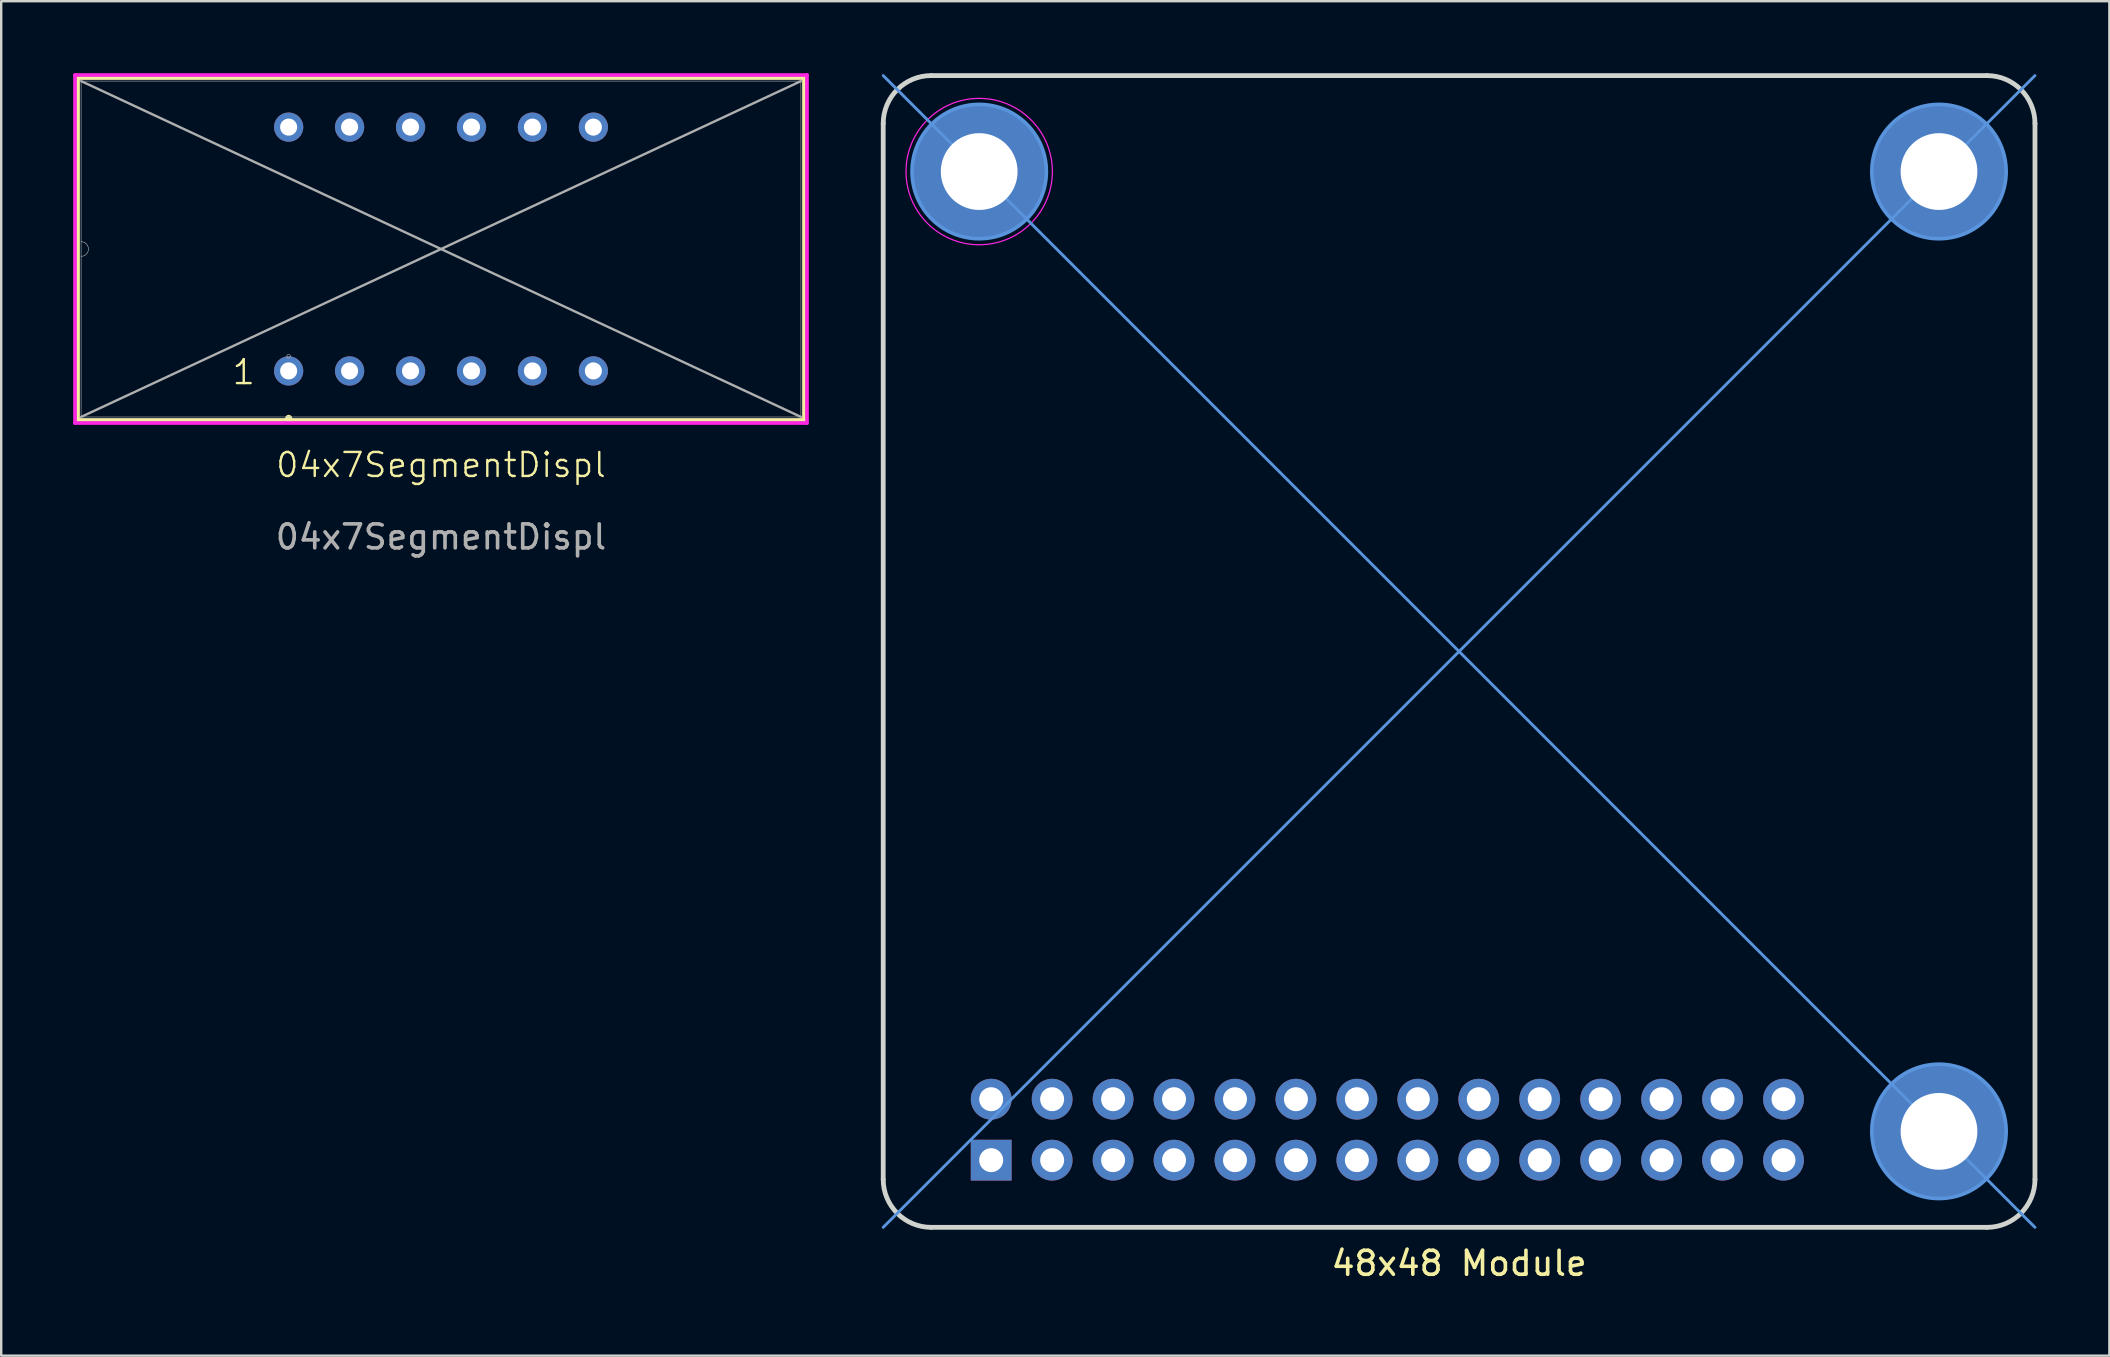
<source format=kicad_pcb>
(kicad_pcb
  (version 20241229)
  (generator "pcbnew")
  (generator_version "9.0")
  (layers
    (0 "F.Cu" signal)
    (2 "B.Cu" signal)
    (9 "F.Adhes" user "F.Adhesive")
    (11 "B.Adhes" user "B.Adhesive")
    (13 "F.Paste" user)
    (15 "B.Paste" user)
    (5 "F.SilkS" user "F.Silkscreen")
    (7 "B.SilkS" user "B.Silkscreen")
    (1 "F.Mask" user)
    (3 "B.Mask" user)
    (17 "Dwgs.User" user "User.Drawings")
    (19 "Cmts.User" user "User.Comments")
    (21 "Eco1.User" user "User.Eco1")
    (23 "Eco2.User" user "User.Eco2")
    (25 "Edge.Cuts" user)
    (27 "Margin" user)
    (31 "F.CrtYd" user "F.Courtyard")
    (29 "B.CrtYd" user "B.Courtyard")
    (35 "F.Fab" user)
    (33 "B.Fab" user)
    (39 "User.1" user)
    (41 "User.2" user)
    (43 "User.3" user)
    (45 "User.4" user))
  (footprint "04x7SegmentDispl"
    (layer "F.Cu")
    (at 15.329 7.328)
    (property "Reference" "04x7SegmentDispl" (at 0 9 0) (unlocked yes) (layer "F.SilkS") (effects (font (size 1 1) (thickness 0.1))))
    (attr through_hole)
    (fp_line (start -15.126 -7.125) (end -15.126 7.125) (stroke (width 0.152) (type solid)) (layer "F.SilkS"))
    (fp_line (start -15.126 7.125) (end 15.126 7.125) (stroke (width 0.152) (type solid)) (layer "F.SilkS"))
    (fp_line (start 15.126 -7.125) (end -15.126 -7.125) (stroke (width 0.152) (type solid)) (layer "F.SilkS"))
    (fp_line (start 15.126 7.125) (end 15.126 -7.125) (stroke (width 0.152) (type solid)) (layer "F.SilkS"))
    (fp_circle (center -6.35 7.061) (end -6.35 6.985) (stroke (width 0.152) (type solid)) (fill no) (layer "F.SilkS"))
    (fp_line (start -15.253 -7.252) (end 15.253 -7.252) (stroke (width 0.152) (type solid)) (layer "F.CrtYd"))
    (fp_line (start -15.253 7.252) (end -15.253 -7.252) (stroke (width 0.152) (type solid)) (layer "F.CrtYd"))
    (fp_line (start 15.253 -7.252) (end 15.253 7.252) (stroke (width 0.152) (type solid)) (layer "F.CrtYd"))
    (fp_line (start 15.253 7.252) (end -15.253 7.252) (stroke (width 0.152) (type solid)) (layer "F.CrtYd"))
    (fp_line (start -14.999 -6.998) (end -14.999 6.998) (stroke (width 0.025) (type solid)) (layer "F.Fab"))
    (fp_line (start -14.999 -6.998) (end 14.999 6.998) (stroke (width 0.1) (type default)) (layer "F.Fab"))
    (fp_line (start -14.999 6.998) (end 14.999 -6.998) (stroke (width 0.1) (type default)) (layer "F.Fab"))
    (fp_line (start -14.999 6.998) (end 14.999 6.998) (stroke (width 0.025) (type solid)) (layer "F.Fab"))
    (fp_line (start 14.999 -6.998) (end -14.999 -6.998) (stroke (width 0.025) (type solid)) (layer "F.Fab"))
    (fp_line (start 14.999 6.998) (end 14.999 -6.998) (stroke (width 0.025) (type solid)) (layer "F.Fab"))
    (fp_arc (start -14.9987 -0.3048) (mid -14.6939 0) (end -14.9987 0.3048) (stroke (width 0.0254) (type solid)) (layer "F.Fab"))
    (fp_circle (center -6.35 4.47) (end -6.35 4.394) (stroke (width 0.025) (type solid)) (fill no) (layer "F.Fab"))
    (fp_text user "1" (at -8.763 5.715 0) (unlocked yes) (layer "F.SilkS") (effects (font (size 1 1) (thickness 0.1)) (justify left bottom)))
    (fp_text user "${REFERENCE}" (at 0 12 0) (unlocked yes) (layer "F.Fab") (effects (font (size 1 1) (thickness 0.15))))
    (pad "1" thru_hole circle (at -6.35 5.08 90) (size 1.219 1.219) (drill 0.711) (layers "*.Cu" "*.Mask"))
    (pad "2" thru_hole circle (at -3.81 5.08 90) (size 1.219 1.219) (drill 0.711) (layers "*.Cu" "*.Mask"))
    (pad "3" thru_hole circle (at -1.27 5.08 90) (size 1.219 1.219) (drill 0.711) (layers "*.Cu" "*.Mask"))
    (pad "4" thru_hole circle (at 1.27 5.08 90) (size 1.219 1.219) (drill 0.711) (layers "*.Cu" "*.Mask"))
    (pad "5" thru_hole circle (at 3.81 5.08 90) (size 1.219 1.219) (drill 0.711) (layers "*.Cu" "*.Mask"))
    (pad "6" thru_hole circle (at 6.35 5.08 90) (size 1.219 1.219) (drill 0.711) (layers "*.Cu" "*.Mask"))
    (pad "7" thru_hole circle (at 6.35 -5.08 90) (size 1.219 1.219) (drill 0.711) (layers "*.Cu" "*.Mask"))
    (pad "8" thru_hole circle (at 3.81 -5.08 90) (size 1.219 1.219) (drill 0.711) (layers "*.Cu" "*.Mask"))
    (pad "9" thru_hole circle (at 1.27 -5.08 90) (size 1.219 1.219) (drill 0.711) (layers "*.Cu" "*.Mask"))
    (pad "10" thru_hole circle (at -1.27 -5.08 90) (size 1.219 1.219) (drill 0.711) (layers "*.Cu" "*.Mask"))
    (pad "11" thru_hole circle (at -3.81 -5.08 90) (size 1.219 1.219) (drill 0.711) (layers "*.Cu" "*.Mask"))
    (pad "12" thru_hole circle (at -6.35 -5.08 90) (size 1.219 1.219) (drill 0.711) (layers "*.Cu" "*.Mask")))
  (footprint "48x48 Module"
    (layer "F.Cu")
    (at 57.758 24.1)
    (property "Reference" "48x48 Module" (at 0 25.5 0) (unlocked yes) (layer "F.SilkS") (effects (font (size 1 1) (thickness 0.15))))
    (fp_line (start 24 -24) (end -24 24) (stroke (width 0.12) (type default)) (layer "Cmts.User"))
    (fp_line (start 24 24) (end -24 -24) (stroke (width 0.12) (type default)) (layer "Cmts.User"))
    (fp_circle (center -20 -20) (end -17.2 -20) (stroke (width 0.15) (type solid)) (fill no) (layer "Cmts.User"))
    (fp_circle (center 20 -20) (end 22.8 -20) (stroke (width 0.15) (type solid)) (fill no) (layer "Cmts.User"))
    (fp_circle (center 20 20) (end 22.8 20) (stroke (width 0.15) (type solid)) (fill no) (layer "Cmts.User"))
    (fp_line (start -24 22) (end -24 -22) (stroke (width 0.2) (type default)) (layer "Edge.Cuts"))
    (fp_line (start -22 -24) (end 22 -24) (stroke (width 0.2) (type default)) (layer "Edge.Cuts"))
    (fp_line (start 22 24) (end -22 24) (stroke (width 0.2) (type default)) (layer "Edge.Cuts"))
    (fp_line (start 24 22) (end 24 -22) (stroke (width 0.2) (type default)) (layer "Edge.Cuts"))
    (fp_arc (start -24 -22) (mid -23.414214 -23.414214) (end -22 -24) (stroke (width 0.2) (type default)) (layer "Edge.Cuts"))
    (fp_arc (start -22 24) (mid -23.414214 23.414214) (end -24 22) (stroke (width 0.2) (type default)) (layer "Edge.Cuts"))
    (fp_arc (start 22 -24) (mid 23.414214 -23.414214) (end 24 -22) (stroke (width 0.2) (type default)) (layer "Edge.Cuts"))
    (fp_arc (start 24 22) (mid 23.414214 23.414214) (end 22 24) (stroke (width 0.2) (type default)) (layer "Edge.Cuts"))
    (fp_circle (center -20 -20) (end -16.95 -20) (stroke (width 0.05) (type solid)) (fill no) (layer "F.CrtYd"))
    (pad "1" thru_hole rect (at -19.5 21.2 90) (size 1.7 1.7) (drill 1) (layers "*.Cu" "*.Mask"))
    (pad "2" thru_hole oval (at -19.5 18.66 90) (size 1.7 1.7) (drill 1) (layers "*.Cu" "*.Mask"))
    (pad "3" thru_hole oval (at -16.96 21.2 90) (size 1.7 1.7) (drill 1) (layers "*.Cu" "*.Mask"))
    (pad "4" thru_hole oval (at -16.96 18.66 90) (size 1.7 1.7) (drill 1) (layers "*.Cu" "*.Mask"))
    (pad "5" thru_hole oval (at -14.42 21.2 90) (size 1.7 1.7) (drill 1) (layers "*.Cu" "*.Mask"))
    (pad "6" thru_hole oval (at -14.42 18.66 90) (size 1.7 1.7) (drill 1) (layers "*.Cu" "*.Mask"))
    (pad "7" thru_hole oval (at -11.88 21.2 90) (size 1.7 1.7) (drill 1) (layers "*.Cu" "*.Mask"))
    (pad "8" thru_hole oval (at -11.88 18.66 90) (size 1.7 1.7) (drill 1) (layers "*.Cu" "*.Mask"))
    (pad "9" thru_hole oval (at -9.34 21.2 90) (size 1.7 1.7) (drill 1) (layers "*.Cu" "*.Mask"))
    (pad "10" thru_hole oval (at -9.34 18.66 90) (size 1.7 1.7) (drill 1) (layers "*.Cu" "*.Mask"))
    (pad "11" thru_hole oval (at -6.8 21.2 90) (size 1.7 1.7) (drill 1) (layers "*.Cu" "*.Mask"))
    (pad "12" thru_hole oval (at -6.8 18.66 90) (size 1.7 1.7) (drill 1) (layers "*.Cu" "*.Mask"))
    (pad "13" thru_hole oval (at -4.26 21.2 90) (size 1.7 1.7) (drill 1) (layers "*.Cu" "*.Mask"))
    (pad "14" thru_hole oval (at -4.26 18.66 90) (size 1.7 1.7) (drill 1) (layers "*.Cu" "*.Mask"))
    (pad "15" thru_hole oval (at -1.72 21.2 90) (size 1.7 1.7) (drill 1) (layers "*.Cu" "*.Mask"))
    (pad "16" thru_hole oval (at -1.72 18.66 90) (size 1.7 1.7) (drill 1) (layers "*.Cu" "*.Mask"))
    (pad "17" thru_hole oval (at 0.82 21.2 90) (size 1.7 1.7) (drill 1) (layers "*.Cu" "*.Mask"))
    (pad "18" thru_hole oval (at 0.82 18.66 90) (size 1.7 1.7) (drill 1) (layers "*.Cu" "*.Mask"))
    (pad "19" thru_hole oval (at 3.36 21.2 90) (size 1.7 1.7) (drill 1) (layers "*.Cu" "*.Mask"))
    (pad "20" thru_hole oval (at 3.36 18.66 90) (size 1.7 1.7) (drill 1) (layers "*.Cu" "*.Mask"))
    (pad "21" thru_hole oval (at 5.9 21.2 90) (size 1.7 1.7) (drill 1) (layers "*.Cu" "*.Mask"))
    (pad "22" thru_hole oval (at 5.9 18.66 90) (size 1.7 1.7) (drill 1) (layers "*.Cu" "*.Mask"))
    (pad "23" thru_hole oval (at 8.44 21.2 90) (size 1.7 1.7) (drill 1) (layers "*.Cu" "*.Mask"))
    (pad "24" thru_hole oval (at 8.44 18.66 90) (size 1.7 1.7) (drill 1) (layers "*.Cu" "*.Mask"))
    (pad "25" thru_hole oval (at 10.98 21.2 90) (size 1.7 1.7) (drill 1) (layers "*.Cu" "*.Mask"))
    (pad "26" thru_hole oval (at 10.98 18.66 90) (size 1.7 1.7) (drill 1) (layers "*.Cu" "*.Mask"))
    (pad "27" thru_hole oval (at 13.52 21.2 90) (size 1.7 1.7) (drill 1) (layers "*.Cu" "*.Mask"))
    (pad "28" thru_hole oval (at 13.52 18.66 90) (size 1.7 1.7) (drill 1) (layers "*.Cu" "*.Mask"))
    (pad "M" thru_hole circle (at -20 -20) (size 3.6 3.6) (drill 3.2) (layers "*.Cu" "*.Mask"))
    (pad "M" connect circle (at -20 -20) (size 5.6 5.6) (layers "F.Cu" "F.Mask"))
    (pad "M" connect circle (at -20 -20) (size 5.6 5.6) (layers "B.Cu" "B.Mask"))
    (pad "M" thru_hole circle (at 20 -20) (size 3.6 3.6) (drill 3.2) (layers "*.Cu" "*.Mask"))
    (pad "M" connect circle (at 20 -20) (size 5.6 5.6) (layers "F.Cu" "F.Mask"))
    (pad "M" connect circle (at 20 -20) (size 5.6 5.6) (layers "B.Cu" "B.Mask"))
    (pad "M" thru_hole circle (at 20 20) (size 3.6 3.6) (drill 3.2) (layers "*.Cu" "*.Mask"))
    (pad "M" connect circle (at 20 20) (size 5.6 5.6) (layers "F.Cu" "F.Mask"))
    (pad "M" connect circle (at 20 20) (size 5.6 5.6) (layers "B.Cu" "B.Mask")))
  (gr_rect
    (start -3 -3)
    (end 84.858 53.448)
    (stroke (width 0.1) (type default))
    (fill no)
    (layer "Edge.Cuts")))
</source>
